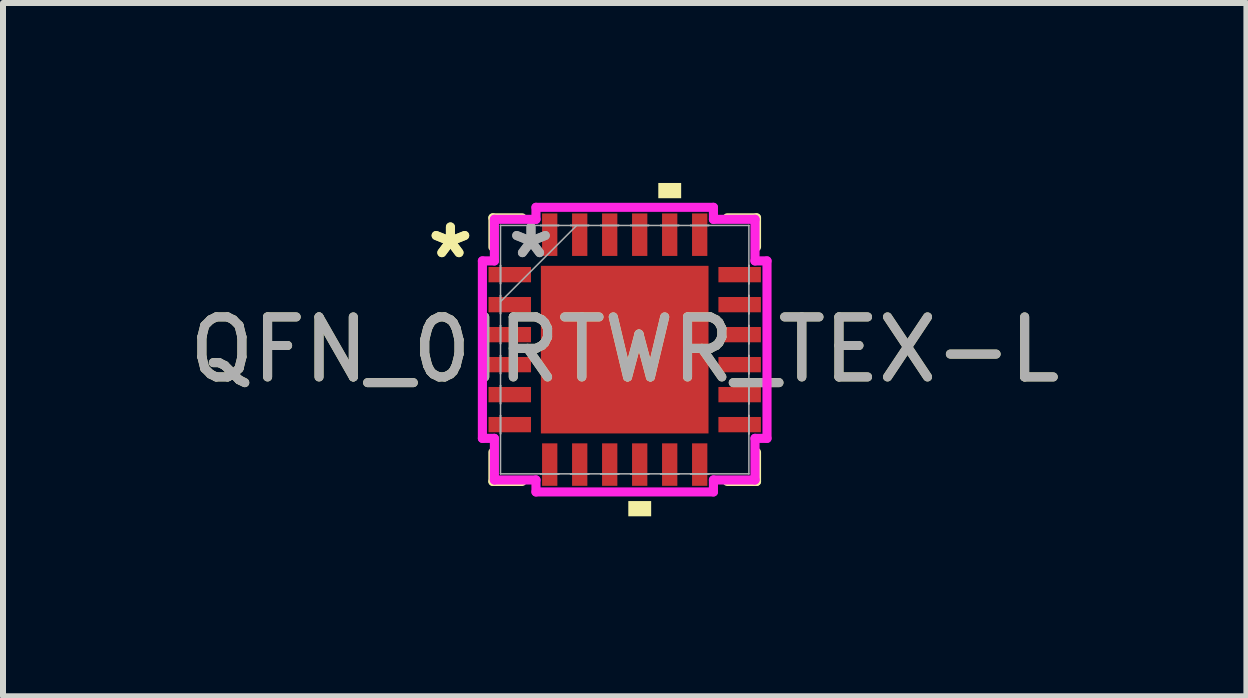
<source format=kicad_pcb>
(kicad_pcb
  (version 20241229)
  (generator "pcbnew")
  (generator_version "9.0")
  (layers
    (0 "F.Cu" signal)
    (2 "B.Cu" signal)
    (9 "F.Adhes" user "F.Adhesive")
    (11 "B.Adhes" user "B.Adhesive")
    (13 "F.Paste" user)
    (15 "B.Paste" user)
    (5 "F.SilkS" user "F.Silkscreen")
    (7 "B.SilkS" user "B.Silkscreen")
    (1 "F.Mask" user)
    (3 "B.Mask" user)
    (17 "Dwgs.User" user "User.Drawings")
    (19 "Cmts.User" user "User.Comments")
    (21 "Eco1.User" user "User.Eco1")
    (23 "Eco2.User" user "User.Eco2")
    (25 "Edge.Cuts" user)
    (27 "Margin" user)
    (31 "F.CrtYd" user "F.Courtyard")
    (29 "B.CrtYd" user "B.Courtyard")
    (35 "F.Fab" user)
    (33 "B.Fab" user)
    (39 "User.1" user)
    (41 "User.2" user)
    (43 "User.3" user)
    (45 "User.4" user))
  (footprint "QFN_0IRTWR_TEX-L"
    (layer "F.Cu")
    (at 7.363 2.778)
    (property "Reference" "QFN_0IRTWR_TEX-L" (at 0 0 0) (unlocked yes) (layer "F.SilkS") (effects (font (size 1 1) (thickness 0.15))))
    (attr smd)
    (fp_line (start -2.197 -2.197) (end -2.197 -1.71) (stroke (width 0.152) (type solid)) (layer "F.SilkS"))
    (fp_line (start -2.197 1.71) (end -2.197 2.197) (stroke (width 0.152) (type solid)) (layer "F.SilkS"))
    (fp_line (start -2.197 2.197) (end -1.71 2.197) (stroke (width 0.152) (type solid)) (layer "F.SilkS"))
    (fp_line (start -1.71 -2.197) (end -2.197 -2.197) (stroke (width 0.152) (type solid)) (layer "F.SilkS"))
    (fp_line (start 1.71 2.197) (end 2.197 2.197) (stroke (width 0.152) (type solid)) (layer "F.SilkS"))
    (fp_line (start 2.197 -2.197) (end 1.71 -2.197) (stroke (width 0.152) (type solid)) (layer "F.SilkS"))
    (fp_line (start 2.197 -1.71) (end 2.197 -2.197) (stroke (width 0.152) (type solid)) (layer "F.SilkS"))
    (fp_line (start 2.197 2.197) (end 2.197 1.71) (stroke (width 0.152) (type solid)) (layer "F.SilkS"))
    (fp_poly (pts (xy 0.06 2.524) (xy 0.06 2.778) (xy 0.441 2.778) (xy 0.441 2.524)) (stroke (width 0) (type solid)) (fill yes) (layer "F.SilkS"))
    (fp_poly (pts (xy 0.56 -2.524) (xy 0.56 -2.778) (xy 0.941 -2.778) (xy 0.941 -2.524)) (stroke (width 0) (type solid)) (fill yes) (layer "F.SilkS"))
    (fp_poly (pts (xy -1.297 -1.297) (xy -1.297 -0.1) (xy -0.1 -0.1) (xy -0.1 -1.297)) (stroke (width 0) (type solid)) (fill yes) (layer "F.Paste"))
    (fp_poly (pts (xy -1.297 0.1) (xy -1.297 1.297) (xy -0.1 1.297) (xy -0.1 0.1)) (stroke (width 0) (type solid)) (fill yes) (layer "F.Paste"))
    (fp_poly (pts (xy 0.1 -1.297) (xy 0.1 -0.1) (xy 1.297 -0.1) (xy 1.297 -1.297)) (stroke (width 0) (type solid)) (fill yes) (layer "F.Paste"))
    (fp_poly (pts (xy 0.1 0.1) (xy 0.1 1.297) (xy 1.297 1.297) (xy 1.297 0.1)) (stroke (width 0) (type solid)) (fill yes) (layer "F.Paste"))
    (fp_line (start -2.372 -1.479) (end -2.172 -1.479) (stroke (width 0.152) (type solid)) (layer "F.CrtYd"))
    (fp_line (start -2.372 1.479) (end -2.372 -1.479) (stroke (width 0.152) (type solid)) (layer "F.CrtYd"))
    (fp_line (start -2.172 -2.172) (end -1.479 -2.172) (stroke (width 0.152) (type solid)) (layer "F.CrtYd"))
    (fp_line (start -2.172 -1.479) (end -2.172 -2.172) (stroke (width 0.152) (type solid)) (layer "F.CrtYd"))
    (fp_line (start -2.172 1.479) (end -2.372 1.479) (stroke (width 0.152) (type solid)) (layer "F.CrtYd"))
    (fp_line (start -2.172 2.172) (end -2.172 1.479) (stroke (width 0.152) (type solid)) (layer "F.CrtYd"))
    (fp_line (start -1.479 -2.372) (end 1.479 -2.372) (stroke (width 0.152) (type solid)) (layer "F.CrtYd"))
    (fp_line (start -1.479 -2.172) (end -1.479 -2.372) (stroke (width 0.152) (type solid)) (layer "F.CrtYd"))
    (fp_line (start -1.479 2.172) (end -2.172 2.172) (stroke (width 0.152) (type solid)) (layer "F.CrtYd"))
    (fp_line (start -1.479 2.372) (end -1.479 2.172) (stroke (width 0.152) (type solid)) (layer "F.CrtYd"))
    (fp_line (start 1.479 -2.372) (end 1.479 -2.172) (stroke (width 0.152) (type solid)) (layer "F.CrtYd"))
    (fp_line (start 1.479 -2.172) (end 2.172 -2.172) (stroke (width 0.152) (type solid)) (layer "F.CrtYd"))
    (fp_line (start 1.479 2.172) (end 1.479 2.372) (stroke (width 0.152) (type solid)) (layer "F.CrtYd"))
    (fp_line (start 1.479 2.372) (end -1.479 2.372) (stroke (width 0.152) (type solid)) (layer "F.CrtYd"))
    (fp_line (start 2.172 -2.172) (end 2.172 -1.479) (stroke (width 0.152) (type solid)) (layer "F.CrtYd"))
    (fp_line (start 2.172 -1.479) (end 2.372 -1.479) (stroke (width 0.152) (type solid)) (layer "F.CrtYd"))
    (fp_line (start 2.172 1.479) (end 2.172 2.172) (stroke (width 0.152) (type solid)) (layer "F.CrtYd"))
    (fp_line (start 2.172 2.172) (end 1.479 2.172) (stroke (width 0.152) (type solid)) (layer "F.CrtYd"))
    (fp_line (start 2.372 -1.479) (end 2.372 1.479) (stroke (width 0.152) (type solid)) (layer "F.CrtYd"))
    (fp_line (start 2.372 1.479) (end 2.172 1.479) (stroke (width 0.152) (type solid)) (layer "F.CrtYd"))
    (fp_line (start -2.07 -2.07) (end -2.07 -2.07) (stroke (width 0.025) (type solid)) (layer "F.Fab"))
    (fp_line (start -2.07 -2.07) (end -2.07 2.07) (stroke (width 0.025) (type solid)) (layer "F.Fab"))
    (fp_line (start -2.07 -1.403) (end -2.07 -1.403) (stroke (width 0.025) (type solid)) (layer "F.Fab"))
    (fp_line (start -2.07 -1.403) (end -2.07 -1.098) (stroke (width 0.025) (type solid)) (layer "F.Fab"))
    (fp_line (start -2.07 -1.098) (end -2.07 -1.403) (stroke (width 0.025) (type solid)) (layer "F.Fab"))
    (fp_line (start -2.07 -1.098) (end -2.07 -1.098) (stroke (width 0.025) (type solid)) (layer "F.Fab"))
    (fp_line (start -2.07 -0.903) (end -2.07 -0.903) (stroke (width 0.025) (type solid)) (layer "F.Fab"))
    (fp_line (start -2.07 -0.903) (end -2.07 -0.598) (stroke (width 0.025) (type solid)) (layer "F.Fab"))
    (fp_line (start -2.07 -0.8) (end -0.8 -2.07) (stroke (width 0.025) (type solid)) (layer "F.Fab"))
    (fp_line (start -2.07 -0.598) (end -2.07 -0.903) (stroke (width 0.025) (type solid)) (layer "F.Fab"))
    (fp_line (start -2.07 -0.598) (end -2.07 -0.598) (stroke (width 0.025) (type solid)) (layer "F.Fab"))
    (fp_line (start -2.07 -0.402) (end -2.07 -0.402) (stroke (width 0.025) (type solid)) (layer "F.Fab"))
    (fp_line (start -2.07 -0.402) (end -2.07 -0.098) (stroke (width 0.025) (type solid)) (layer "F.Fab"))
    (fp_line (start -2.07 -0.098) (end -2.07 -0.402) (stroke (width 0.025) (type solid)) (layer "F.Fab"))
    (fp_line (start -2.07 -0.098) (end -2.07 -0.098) (stroke (width 0.025) (type solid)) (layer "F.Fab"))
    (fp_line (start -2.07 0.098) (end -2.07 0.098) (stroke (width 0.025) (type solid)) (layer "F.Fab"))
    (fp_line (start -2.07 0.098) (end -2.07 0.402) (stroke (width 0.025) (type solid)) (layer "F.Fab"))
    (fp_line (start -2.07 0.402) (end -2.07 0.098) (stroke (width 0.025) (type solid)) (layer "F.Fab"))
    (fp_line (start -2.07 0.402) (end -2.07 0.402) (stroke (width 0.025) (type solid)) (layer "F.Fab"))
    (fp_line (start -2.07 0.598) (end -2.07 0.598) (stroke (width 0.025) (type solid)) (layer "F.Fab"))
    (fp_line (start -2.07 0.598) (end -2.07 0.903) (stroke (width 0.025) (type solid)) (layer "F.Fab"))
    (fp_line (start -2.07 0.903) (end -2.07 0.598) (stroke (width 0.025) (type solid)) (layer "F.Fab"))
    (fp_line (start -2.07 0.903) (end -2.07 0.903) (stroke (width 0.025) (type solid)) (layer "F.Fab"))
    (fp_line (start -2.07 1.098) (end -2.07 1.098) (stroke (width 0.025) (type solid)) (layer "F.Fab"))
    (fp_line (start -2.07 1.098) (end -2.07 1.403) (stroke (width 0.025) (type solid)) (layer "F.Fab"))
    (fp_line (start -2.07 1.403) (end -2.07 1.098) (stroke (width 0.025) (type solid)) (layer "F.Fab"))
    (fp_line (start -2.07 1.403) (end -2.07 1.403) (stroke (width 0.025) (type solid)) (layer "F.Fab"))
    (fp_line (start -2.07 2.07) (end -2.07 2.07) (stroke (width 0.025) (type solid)) (layer "F.Fab"))
    (fp_line (start -2.07 2.07) (end 2.07 2.07) (stroke (width 0.025) (type solid)) (layer "F.Fab"))
    (fp_line (start -1.403 -2.07) (end -1.403 -2.07) (stroke (width 0.025) (type solid)) (layer "F.Fab"))
    (fp_line (start -1.403 -2.07) (end -1.098 -2.07) (stroke (width 0.025) (type solid)) (layer "F.Fab"))
    (fp_line (start -1.403 2.07) (end -1.403 2.07) (stroke (width 0.025) (type solid)) (layer "F.Fab"))
    (fp_line (start -1.403 2.07) (end -1.098 2.07) (stroke (width 0.025) (type solid)) (layer "F.Fab"))
    (fp_line (start -1.098 -2.07) (end -1.403 -2.07) (stroke (width 0.025) (type solid)) (layer "F.Fab"))
    (fp_line (start -1.098 -2.07) (end -1.098 -2.07) (stroke (width 0.025) (type solid)) (layer "F.Fab"))
    (fp_line (start -1.098 2.07) (end -1.403 2.07) (stroke (width 0.025) (type solid)) (layer "F.Fab"))
    (fp_line (start -1.098 2.07) (end -1.098 2.07) (stroke (width 0.025) (type solid)) (layer "F.Fab"))
    (fp_line (start -0.903 -2.07) (end -0.903 -2.07) (stroke (width 0.025) (type solid)) (layer "F.Fab"))
    (fp_line (start -0.903 -2.07) (end -0.598 -2.07) (stroke (width 0.025) (type solid)) (layer "F.Fab"))
    (fp_line (start -0.903 2.07) (end -0.903 2.07) (stroke (width 0.025) (type solid)) (layer "F.Fab"))
    (fp_line (start -0.903 2.07) (end -0.598 2.07) (stroke (width 0.025) (type solid)) (layer "F.Fab"))
    (fp_line (start -0.598 -2.07) (end -0.903 -2.07) (stroke (width 0.025) (type solid)) (layer "F.Fab"))
    (fp_line (start -0.598 -2.07) (end -0.598 -2.07) (stroke (width 0.025) (type solid)) (layer "F.Fab"))
    (fp_line (start -0.598 2.07) (end -0.903 2.07) (stroke (width 0.025) (type solid)) (layer "F.Fab"))
    (fp_line (start -0.598 2.07) (end -0.598 2.07) (stroke (width 0.025) (type solid)) (layer "F.Fab"))
    (fp_line (start -0.402 -2.07) (end -0.402 -2.07) (stroke (width 0.025) (type solid)) (layer "F.Fab"))
    (fp_line (start -0.402 -2.07) (end -0.098 -2.07) (stroke (width 0.025) (type solid)) (layer "F.Fab"))
    (fp_line (start -0.402 2.07) (end -0.402 2.07) (stroke (width 0.025) (type solid)) (layer "F.Fab"))
    (fp_line (start -0.402 2.07) (end -0.098 2.07) (stroke (width 0.025) (type solid)) (layer "F.Fab"))
    (fp_line (start -0.098 -2.07) (end -0.402 -2.07) (stroke (width 0.025) (type solid)) (layer "F.Fab"))
    (fp_line (start -0.098 -2.07) (end -0.098 -2.07) (stroke (width 0.025) (type solid)) (layer "F.Fab"))
    (fp_line (start -0.098 2.07) (end -0.402 2.07) (stroke (width 0.025) (type solid)) (layer "F.Fab"))
    (fp_line (start -0.098 2.07) (end -0.098 2.07) (stroke (width 0.025) (type solid)) (layer "F.Fab"))
    (fp_line (start 0.098 -2.07) (end 0.098 -2.07) (stroke (width 0.025) (type solid)) (layer "F.Fab"))
    (fp_line (start 0.098 -2.07) (end 0.402 -2.07) (stroke (width 0.025) (type solid)) (layer "F.Fab"))
    (fp_line (start 0.098 2.07) (end 0.098 2.07) (stroke (width 0.025) (type solid)) (layer "F.Fab"))
    (fp_line (start 0.098 2.07) (end 0.402 2.07) (stroke (width 0.025) (type solid)) (layer "F.Fab"))
    (fp_line (start 0.402 -2.07) (end 0.098 -2.07) (stroke (width 0.025) (type solid)) (layer "F.Fab"))
    (fp_line (start 0.402 -2.07) (end 0.402 -2.07) (stroke (width 0.025) (type solid)) (layer "F.Fab"))
    (fp_line (start 0.402 2.07) (end 0.098 2.07) (stroke (width 0.025) (type solid)) (layer "F.Fab"))
    (fp_line (start 0.402 2.07) (end 0.402 2.07) (stroke (width 0.025) (type solid)) (layer "F.Fab"))
    (fp_line (start 0.598 -2.07) (end 0.598 -2.07) (stroke (width 0.025) (type solid)) (layer "F.Fab"))
    (fp_line (start 0.598 -2.07) (end 0.903 -2.07) (stroke (width 0.025) (type solid)) (layer "F.Fab"))
    (fp_line (start 0.598 2.07) (end 0.598 2.07) (stroke (width 0.025) (type solid)) (layer "F.Fab"))
    (fp_line (start 0.598 2.07) (end 0.903 2.07) (stroke (width 0.025) (type solid)) (layer "F.Fab"))
    (fp_line (start 0.903 -2.07) (end 0.598 -2.07) (stroke (width 0.025) (type solid)) (layer "F.Fab"))
    (fp_line (start 0.903 -2.07) (end 0.903 -2.07) (stroke (width 0.025) (type solid)) (layer "F.Fab"))
    (fp_line (start 0.903 2.07) (end 0.598 2.07) (stroke (width 0.025) (type solid)) (layer "F.Fab"))
    (fp_line (start 0.903 2.07) (end 0.903 2.07) (stroke (width 0.025) (type solid)) (layer "F.Fab"))
    (fp_line (start 1.098 -2.07) (end 1.098 -2.07) (stroke (width 0.025) (type solid)) (layer "F.Fab"))
    (fp_line (start 1.098 -2.07) (end 1.403 -2.07) (stroke (width 0.025) (type solid)) (layer "F.Fab"))
    (fp_line (start 1.098 2.07) (end 1.098 2.07) (stroke (width 0.025) (type solid)) (layer "F.Fab"))
    (fp_line (start 1.098 2.07) (end 1.403 2.07) (stroke (width 0.025) (type solid)) (layer "F.Fab"))
    (fp_line (start 1.403 -2.07) (end 1.098 -2.07) (stroke (width 0.025) (type solid)) (layer "F.Fab"))
    (fp_line (start 1.403 -2.07) (end 1.403 -2.07) (stroke (width 0.025) (type solid)) (layer "F.Fab"))
    (fp_line (start 1.403 2.07) (end 1.098 2.07) (stroke (width 0.025) (type solid)) (layer "F.Fab"))
    (fp_line (start 1.403 2.07) (end 1.403 2.07) (stroke (width 0.025) (type solid)) (layer "F.Fab"))
    (fp_line (start 2.07 -2.07) (end -2.07 -2.07) (stroke (width 0.025) (type solid)) (layer "F.Fab"))
    (fp_line (start 2.07 -2.07) (end 2.07 -2.07) (stroke (width 0.025) (type solid)) (layer "F.Fab"))
    (fp_line (start 2.07 -1.403) (end 2.07 -1.403) (stroke (width 0.025) (type solid)) (layer "F.Fab"))
    (fp_line (start 2.07 -1.403) (end 2.07 -1.098) (stroke (width 0.025) (type solid)) (layer "F.Fab"))
    (fp_line (start 2.07 -1.098) (end 2.07 -1.403) (stroke (width 0.025) (type solid)) (layer "F.Fab"))
    (fp_line (start 2.07 -1.098) (end 2.07 -1.098) (stroke (width 0.025) (type solid)) (layer "F.Fab"))
    (fp_line (start 2.07 -0.903) (end 2.07 -0.903) (stroke (width 0.025) (type solid)) (layer "F.Fab"))
    (fp_line (start 2.07 -0.903) (end 2.07 -0.598) (stroke (width 0.025) (type solid)) (layer "F.Fab"))
    (fp_line (start 2.07 -0.598) (end 2.07 -0.903) (stroke (width 0.025) (type solid)) (layer "F.Fab"))
    (fp_line (start 2.07 -0.598) (end 2.07 -0.598) (stroke (width 0.025) (type solid)) (layer "F.Fab"))
    (fp_line (start 2.07 -0.402) (end 2.07 -0.402) (stroke (width 0.025) (type solid)) (layer "F.Fab"))
    (fp_line (start 2.07 -0.402) (end 2.07 -0.098) (stroke (width 0.025) (type solid)) (layer "F.Fab"))
    (fp_line (start 2.07 -0.098) (end 2.07 -0.402) (stroke (width 0.025) (type solid)) (layer "F.Fab"))
    (fp_line (start 2.07 -0.098) (end 2.07 -0.098) (stroke (width 0.025) (type solid)) (layer "F.Fab"))
    (fp_line (start 2.07 0.098) (end 2.07 0.098) (stroke (width 0.025) (type solid)) (layer "F.Fab"))
    (fp_line (start 2.07 0.098) (end 2.07 0.402) (stroke (width 0.025) (type solid)) (layer "F.Fab"))
    (fp_line (start 2.07 0.402) (end 2.07 0.098) (stroke (width 0.025) (type solid)) (layer "F.Fab"))
    (fp_line (start 2.07 0.402) (end 2.07 0.402) (stroke (width 0.025) (type solid)) (layer "F.Fab"))
    (fp_line (start 2.07 0.598) (end 2.07 0.598) (stroke (width 0.025) (type solid)) (layer "F.Fab"))
    (fp_line (start 2.07 0.598) (end 2.07 0.903) (stroke (width 0.025) (type solid)) (layer "F.Fab"))
    (fp_line (start 2.07 0.903) (end 2.07 0.598) (stroke (width 0.025) (type solid)) (layer "F.Fab"))
    (fp_line (start 2.07 0.903) (end 2.07 0.903) (stroke (width 0.025) (type solid)) (layer "F.Fab"))
    (fp_line (start 2.07 1.098) (end 2.07 1.098) (stroke (width 0.025) (type solid)) (layer "F.Fab"))
    (fp_line (start 2.07 1.098) (end 2.07 1.403) (stroke (width 0.025) (type solid)) (layer "F.Fab"))
    (fp_line (start 2.07 1.403) (end 2.07 1.098) (stroke (width 0.025) (type solid)) (layer "F.Fab"))
    (fp_line (start 2.07 1.403) (end 2.07 1.403) (stroke (width 0.025) (type solid)) (layer "F.Fab"))
    (fp_line (start 2.07 2.07) (end 2.07 -2.07) (stroke (width 0.025) (type solid)) (layer "F.Fab"))
    (fp_line (start 2.07 2.07) (end 2.07 2.07) (stroke (width 0.025) (type solid)) (layer "F.Fab"))
    (fp_text user "*" (at -2.905 -1.5 0) (layer "F.SilkS") (effects (font (size 1 1) (thickness 0.15))))
    (fp_text user "*" (at -2.905 -1.5 0) (unlocked yes) (layer "F.SilkS") (effects (font (size 1 1) (thickness 0.15))))
    (fp_text user "*" (at -1.562 -1.5 0) (unlocked yes) (layer "F.Fab") (effects (font (size 1 1) (thickness 0.15))))
    (fp_text user "*" (at -1.562 -1.5 0) (layer "F.Fab") (effects (font (size 1 1) (thickness 0.15))))
    (fp_text user "${REFERENCE}" (at 0 0 0) (unlocked yes) (layer "F.Fab") (effects (font (size 1 1) (thickness 0.15))))
    (pad "1" smd rect (at -1.916 -1.25 90) (size 0.255 0.708) (layers "F.Cu" "F.Mask" "F.Paste"))
    (pad "2" smd rect (at -1.916 -0.75 90) (size 0.255 0.708) (layers "F.Cu" "F.Mask" "F.Paste"))
    (pad "3" smd rect (at -1.916 -0.25 90) (size 0.255 0.708) (layers "F.Cu" "F.Mask" "F.Paste"))
    (pad "4" smd rect (at -1.916 0.25 90) (size 0.255 0.708) (layers "F.Cu" "F.Mask" "F.Paste"))
    (pad "5" smd rect (at -1.916 0.75 90) (size 0.255 0.708) (layers "F.Cu" "F.Mask" "F.Paste"))
    (pad "6" smd rect (at -1.916 1.25 90) (size 0.255 0.708) (layers "F.Cu" "F.Mask" "F.Paste"))
    (pad "7" smd rect (at -1.25 1.916) (size 0.255 0.708) (layers "F.Cu" "F.Mask" "F.Paste"))
    (pad "8" smd rect (at -0.75 1.916) (size 0.255 0.708) (layers "F.Cu" "F.Mask" "F.Paste"))
    (pad "9" smd rect (at -0.25 1.916) (size 0.255 0.708) (layers "F.Cu" "F.Mask" "F.Paste"))
    (pad "10" smd rect (at 0.25 1.916) (size 0.255 0.708) (layers "F.Cu" "F.Mask" "F.Paste"))
    (pad "11" smd rect (at 0.75 1.916) (size 0.255 0.708) (layers "F.Cu" "F.Mask" "F.Paste"))
    (pad "12" smd rect (at 1.25 1.916) (size 0.255 0.708) (layers "F.Cu" "F.Mask" "F.Paste"))
    (pad "13" smd rect (at 1.916 1.25 90) (size 0.255 0.708) (layers "F.Cu" "F.Mask" "F.Paste"))
    (pad "14" smd rect (at 1.916 0.75 90) (size 0.255 0.708) (layers "F.Cu" "F.Mask" "F.Paste"))
    (pad "15" smd rect (at 1.916 0.25 90) (size 0.255 0.708) (layers "F.Cu" "F.Mask" "F.Paste"))
    (pad "16" smd rect (at 1.916 -0.25 90) (size 0.255 0.708) (layers "F.Cu" "F.Mask" "F.Paste"))
    (pad "17" smd rect (at 1.916 -0.75 90) (size 0.255 0.708) (layers "F.Cu" "F.Mask" "F.Paste"))
    (pad "18" smd rect (at 1.916 -1.25 90) (size 0.255 0.708) (layers "F.Cu" "F.Mask" "F.Paste"))
    (pad "19" smd rect (at 1.25 -1.916) (size 0.255 0.708) (layers "F.Cu" "F.Mask" "F.Paste"))
    (pad "20" smd rect (at 0.75 -1.916) (size 0.255 0.708) (layers "F.Cu" "F.Mask" "F.Paste"))
    (pad "21" smd rect (at 0.25 -1.916) (size 0.255 0.708) (layers "F.Cu" "F.Mask" "F.Paste"))
    (pad "22" smd rect (at -0.25 -1.916) (size 0.255 0.708) (layers "F.Cu" "F.Mask" "F.Paste"))
    (pad "23" smd rect (at -0.75 -1.916) (size 0.255 0.708) (layers "F.Cu" "F.Mask" "F.Paste"))
    (pad "24" smd rect (at -1.25 -1.916) (size 0.255 0.708) (layers "F.Cu" "F.Mask" "F.Paste"))
    (pad "25" smd rect (at 0 0) (size 2.794 2.794) (layers "F.Cu" "F.Mask" "F.Paste")))
  (gr_rect
    (start -3 -3)
    (end 17.726 8.556)
    (stroke (width 0.1) (type default))
    (fill no)
    (layer "Edge.Cuts")))
</source>
